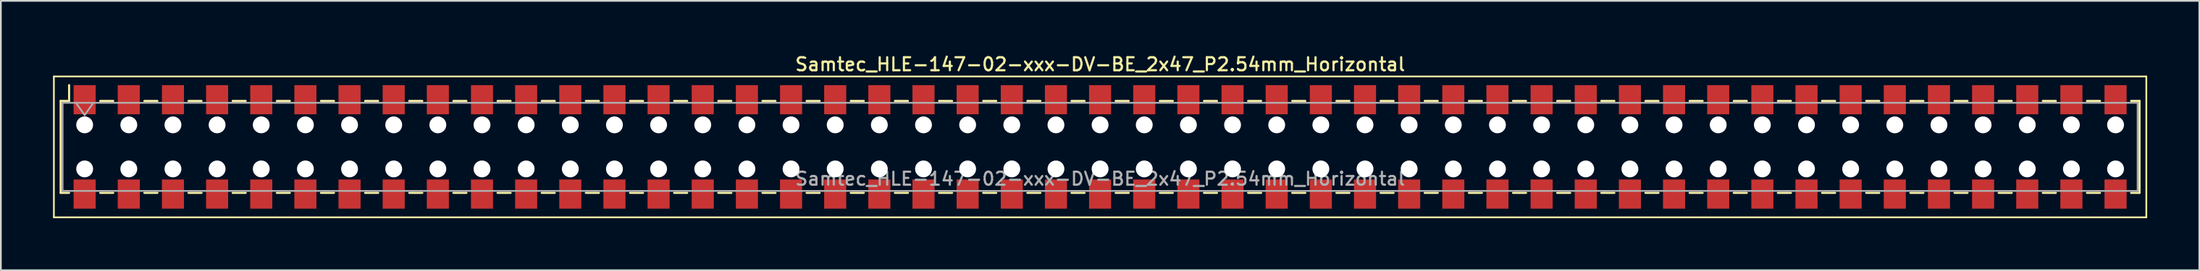
<source format=kicad_pcb>
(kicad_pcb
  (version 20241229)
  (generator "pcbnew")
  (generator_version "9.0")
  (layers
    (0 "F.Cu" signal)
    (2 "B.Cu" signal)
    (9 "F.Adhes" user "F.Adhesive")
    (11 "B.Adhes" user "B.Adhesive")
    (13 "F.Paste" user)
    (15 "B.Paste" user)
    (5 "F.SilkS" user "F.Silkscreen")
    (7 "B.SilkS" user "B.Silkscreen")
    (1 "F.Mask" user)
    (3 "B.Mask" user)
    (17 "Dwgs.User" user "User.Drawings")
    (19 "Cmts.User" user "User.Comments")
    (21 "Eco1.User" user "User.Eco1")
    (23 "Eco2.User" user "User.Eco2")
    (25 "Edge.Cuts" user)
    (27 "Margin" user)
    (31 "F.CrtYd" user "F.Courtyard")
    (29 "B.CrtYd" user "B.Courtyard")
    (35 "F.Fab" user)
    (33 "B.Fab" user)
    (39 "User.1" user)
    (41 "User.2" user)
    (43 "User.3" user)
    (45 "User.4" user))
  (footprint "Samtec_HLE-147-02-xxx-DV-BE_2x47_P2.54mm_Horizontal"
    (layer "F.Cu")
    (at 60.24 5.418)
    (property "Reference" "Samtec_HLE-147-02-xxx-DV-BE_2x47_P2.54mm_Horizontal" (at 0 -4.76 0) (layer "F.SilkS") (effects (font (size 0.75 0.75) (thickness 0.125))))
    (attr smd)
    (fp_line (start -60.19 -4.06) (end 60.19 -4.06) (stroke (width 0.1) (type solid)) (layer "F.SilkS"))
    (fp_line (start -60.19 4.06) (end -60.19 -4.06) (stroke (width 0.1) (type solid)) (layer "F.SilkS"))
    (fp_line (start -59.8 -2.65) (end -59.8 2.65) (stroke (width 0.12) (type solid)) (layer "F.SilkS"))
    (fp_line (start -59.8 2.65) (end -59.315 2.65) (stroke (width 0.12) (type solid)) (layer "F.SilkS"))
    (fp_line (start -59.315 -3.56) (end -59.315 -2.65) (stroke (width 0.12) (type solid)) (layer "F.SilkS"))
    (fp_line (start -59.315 -2.65) (end -59.8 -2.65) (stroke (width 0.12) (type solid)) (layer "F.SilkS"))
    (fp_line (start -57.525 -2.65) (end -56.775 -2.65) (stroke (width 0.12) (type solid)) (layer "F.SilkS"))
    (fp_line (start -57.525 2.65) (end -56.775 2.65) (stroke (width 0.12) (type solid)) (layer "F.SilkS"))
    (fp_line (start -54.985 -2.65) (end -54.235 -2.65) (stroke (width 0.12) (type solid)) (layer "F.SilkS"))
    (fp_line (start -54.985 2.65) (end -54.235 2.65) (stroke (width 0.12) (type solid)) (layer "F.SilkS"))
    (fp_line (start -52.445 -2.65) (end -51.695 -2.65) (stroke (width 0.12) (type solid)) (layer "F.SilkS"))
    (fp_line (start -52.445 2.65) (end -51.695 2.65) (stroke (width 0.12) (type solid)) (layer "F.SilkS"))
    (fp_line (start -49.905 -2.65) (end -49.155 -2.65) (stroke (width 0.12) (type solid)) (layer "F.SilkS"))
    (fp_line (start -49.905 2.65) (end -49.155 2.65) (stroke (width 0.12) (type solid)) (layer "F.SilkS"))
    (fp_line (start -47.365 -2.65) (end -46.615 -2.65) (stroke (width 0.12) (type solid)) (layer "F.SilkS"))
    (fp_line (start -47.365 2.65) (end -46.615 2.65) (stroke (width 0.12) (type solid)) (layer "F.SilkS"))
    (fp_line (start -44.825 -2.65) (end -44.075 -2.65) (stroke (width 0.12) (type solid)) (layer "F.SilkS"))
    (fp_line (start -44.825 2.65) (end -44.075 2.65) (stroke (width 0.12) (type solid)) (layer "F.SilkS"))
    (fp_line (start -42.285 -2.65) (end -41.535 -2.65) (stroke (width 0.12) (type solid)) (layer "F.SilkS"))
    (fp_line (start -42.285 2.65) (end -41.535 2.65) (stroke (width 0.12) (type solid)) (layer "F.SilkS"))
    (fp_line (start -39.745 -2.65) (end -38.995 -2.65) (stroke (width 0.12) (type solid)) (layer "F.SilkS"))
    (fp_line (start -39.745 2.65) (end -38.995 2.65) (stroke (width 0.12) (type solid)) (layer "F.SilkS"))
    (fp_line (start -37.205 -2.65) (end -36.455 -2.65) (stroke (width 0.12) (type solid)) (layer "F.SilkS"))
    (fp_line (start -37.205 2.65) (end -36.455 2.65) (stroke (width 0.12) (type solid)) (layer "F.SilkS"))
    (fp_line (start -34.665 -2.65) (end -33.915 -2.65) (stroke (width 0.12) (type solid)) (layer "F.SilkS"))
    (fp_line (start -34.665 2.65) (end -33.915 2.65) (stroke (width 0.12) (type solid)) (layer "F.SilkS"))
    (fp_line (start -32.125 -2.65) (end -31.375 -2.65) (stroke (width 0.12) (type solid)) (layer "F.SilkS"))
    (fp_line (start -32.125 2.65) (end -31.375 2.65) (stroke (width 0.12) (type solid)) (layer "F.SilkS"))
    (fp_line (start -29.585 -2.65) (end -28.835 -2.65) (stroke (width 0.12) (type solid)) (layer "F.SilkS"))
    (fp_line (start -29.585 2.65) (end -28.835 2.65) (stroke (width 0.12) (type solid)) (layer "F.SilkS"))
    (fp_line (start -27.045 -2.65) (end -26.295 -2.65) (stroke (width 0.12) (type solid)) (layer "F.SilkS"))
    (fp_line (start -27.045 2.65) (end -26.295 2.65) (stroke (width 0.12) (type solid)) (layer "F.SilkS"))
    (fp_line (start -24.505 -2.65) (end -23.755 -2.65) (stroke (width 0.12) (type solid)) (layer "F.SilkS"))
    (fp_line (start -24.505 2.65) (end -23.755 2.65) (stroke (width 0.12) (type solid)) (layer "F.SilkS"))
    (fp_line (start -21.965 -2.65) (end -21.215 -2.65) (stroke (width 0.12) (type solid)) (layer "F.SilkS"))
    (fp_line (start -21.965 2.65) (end -21.215 2.65) (stroke (width 0.12) (type solid)) (layer "F.SilkS"))
    (fp_line (start -19.425 -2.65) (end -18.675 -2.65) (stroke (width 0.12) (type solid)) (layer "F.SilkS"))
    (fp_line (start -19.425 2.65) (end -18.675 2.65) (stroke (width 0.12) (type solid)) (layer "F.SilkS"))
    (fp_line (start -16.885 -2.65) (end -16.135 -2.65) (stroke (width 0.12) (type solid)) (layer "F.SilkS"))
    (fp_line (start -16.885 2.65) (end -16.135 2.65) (stroke (width 0.12) (type solid)) (layer "F.SilkS"))
    (fp_line (start -14.345 -2.65) (end -13.595 -2.65) (stroke (width 0.12) (type solid)) (layer "F.SilkS"))
    (fp_line (start -14.345 2.65) (end -13.595 2.65) (stroke (width 0.12) (type solid)) (layer "F.SilkS"))
    (fp_line (start -11.805 -2.65) (end -11.055 -2.65) (stroke (width 0.12) (type solid)) (layer "F.SilkS"))
    (fp_line (start -11.805 2.65) (end -11.055 2.65) (stroke (width 0.12) (type solid)) (layer "F.SilkS"))
    (fp_line (start -9.265 -2.65) (end -8.515 -2.65) (stroke (width 0.12) (type solid)) (layer "F.SilkS"))
    (fp_line (start -9.265 2.65) (end -8.515 2.65) (stroke (width 0.12) (type solid)) (layer "F.SilkS"))
    (fp_line (start -6.725 -2.65) (end -5.975 -2.65) (stroke (width 0.12) (type solid)) (layer "F.SilkS"))
    (fp_line (start -6.725 2.65) (end -5.975 2.65) (stroke (width 0.12) (type solid)) (layer "F.SilkS"))
    (fp_line (start -4.185 -2.65) (end -3.435 -2.65) (stroke (width 0.12) (type solid)) (layer "F.SilkS"))
    (fp_line (start -4.185 2.65) (end -3.435 2.65) (stroke (width 0.12) (type solid)) (layer "F.SilkS"))
    (fp_line (start -1.645 -2.65) (end -0.895 -2.65) (stroke (width 0.12) (type solid)) (layer "F.SilkS"))
    (fp_line (start -1.645 2.65) (end -0.895 2.65) (stroke (width 0.12) (type solid)) (layer "F.SilkS"))
    (fp_line (start 0.895 -2.65) (end 1.645 -2.65) (stroke (width 0.12) (type solid)) (layer "F.SilkS"))
    (fp_line (start 0.895 2.65) (end 1.645 2.65) (stroke (width 0.12) (type solid)) (layer "F.SilkS"))
    (fp_line (start 3.435 -2.65) (end 4.185 -2.65) (stroke (width 0.12) (type solid)) (layer "F.SilkS"))
    (fp_line (start 3.435 2.65) (end 4.185 2.65) (stroke (width 0.12) (type solid)) (layer "F.SilkS"))
    (fp_line (start 5.975 -2.65) (end 6.725 -2.65) (stroke (width 0.12) (type solid)) (layer "F.SilkS"))
    (fp_line (start 5.975 2.65) (end 6.725 2.65) (stroke (width 0.12) (type solid)) (layer "F.SilkS"))
    (fp_line (start 8.515 -2.65) (end 9.265 -2.65) (stroke (width 0.12) (type solid)) (layer "F.SilkS"))
    (fp_line (start 8.515 2.65) (end 9.265 2.65) (stroke (width 0.12) (type solid)) (layer "F.SilkS"))
    (fp_line (start 11.055 -2.65) (end 11.805 -2.65) (stroke (width 0.12) (type solid)) (layer "F.SilkS"))
    (fp_line (start 11.055 2.65) (end 11.805 2.65) (stroke (width 0.12) (type solid)) (layer "F.SilkS"))
    (fp_line (start 13.595 -2.65) (end 14.345 -2.65) (stroke (width 0.12) (type solid)) (layer "F.SilkS"))
    (fp_line (start 13.595 2.65) (end 14.345 2.65) (stroke (width 0.12) (type solid)) (layer "F.SilkS"))
    (fp_line (start 16.135 -2.65) (end 16.885 -2.65) (stroke (width 0.12) (type solid)) (layer "F.SilkS"))
    (fp_line (start 16.135 2.65) (end 16.885 2.65) (stroke (width 0.12) (type solid)) (layer "F.SilkS"))
    (fp_line (start 18.675 -2.65) (end 19.425 -2.65) (stroke (width 0.12) (type solid)) (layer "F.SilkS"))
    (fp_line (start 18.675 2.65) (end 19.425 2.65) (stroke (width 0.12) (type solid)) (layer "F.SilkS"))
    (fp_line (start 21.215 -2.65) (end 21.965 -2.65) (stroke (width 0.12) (type solid)) (layer "F.SilkS"))
    (fp_line (start 21.215 2.65) (end 21.965 2.65) (stroke (width 0.12) (type solid)) (layer "F.SilkS"))
    (fp_line (start 23.755 -2.65) (end 24.505 -2.65) (stroke (width 0.12) (type solid)) (layer "F.SilkS"))
    (fp_line (start 23.755 2.65) (end 24.505 2.65) (stroke (width 0.12) (type solid)) (layer "F.SilkS"))
    (fp_line (start 26.295 -2.65) (end 27.045 -2.65) (stroke (width 0.12) (type solid)) (layer "F.SilkS"))
    (fp_line (start 26.295 2.65) (end 27.045 2.65) (stroke (width 0.12) (type solid)) (layer "F.SilkS"))
    (fp_line (start 28.835 -2.65) (end 29.585 -2.65) (stroke (width 0.12) (type solid)) (layer "F.SilkS"))
    (fp_line (start 28.835 2.65) (end 29.585 2.65) (stroke (width 0.12) (type solid)) (layer "F.SilkS"))
    (fp_line (start 31.375 -2.65) (end 32.125 -2.65) (stroke (width 0.12) (type solid)) (layer "F.SilkS"))
    (fp_line (start 31.375 2.65) (end 32.125 2.65) (stroke (width 0.12) (type solid)) (layer "F.SilkS"))
    (fp_line (start 33.915 -2.65) (end 34.665 -2.65) (stroke (width 0.12) (type solid)) (layer "F.SilkS"))
    (fp_line (start 33.915 2.65) (end 34.665 2.65) (stroke (width 0.12) (type solid)) (layer "F.SilkS"))
    (fp_line (start 36.455 -2.65) (end 37.205 -2.65) (stroke (width 0.12) (type solid)) (layer "F.SilkS"))
    (fp_line (start 36.455 2.65) (end 37.205 2.65) (stroke (width 0.12) (type solid)) (layer "F.SilkS"))
    (fp_line (start 38.995 -2.65) (end 39.745 -2.65) (stroke (width 0.12) (type solid)) (layer "F.SilkS"))
    (fp_line (start 38.995 2.65) (end 39.745 2.65) (stroke (width 0.12) (type solid)) (layer "F.SilkS"))
    (fp_line (start 41.535 -2.65) (end 42.285 -2.65) (stroke (width 0.12) (type solid)) (layer "F.SilkS"))
    (fp_line (start 41.535 2.65) (end 42.285 2.65) (stroke (width 0.12) (type solid)) (layer "F.SilkS"))
    (fp_line (start 44.075 -2.65) (end 44.825 -2.65) (stroke (width 0.12) (type solid)) (layer "F.SilkS"))
    (fp_line (start 44.075 2.65) (end 44.825 2.65) (stroke (width 0.12) (type solid)) (layer "F.SilkS"))
    (fp_line (start 46.615 -2.65) (end 47.365 -2.65) (stroke (width 0.12) (type solid)) (layer "F.SilkS"))
    (fp_line (start 46.615 2.65) (end 47.365 2.65) (stroke (width 0.12) (type solid)) (layer "F.SilkS"))
    (fp_line (start 49.155 -2.65) (end 49.905 -2.65) (stroke (width 0.12) (type solid)) (layer "F.SilkS"))
    (fp_line (start 49.155 2.65) (end 49.905 2.65) (stroke (width 0.12) (type solid)) (layer "F.SilkS"))
    (fp_line (start 51.695 -2.65) (end 52.445 -2.65) (stroke (width 0.12) (type solid)) (layer "F.SilkS"))
    (fp_line (start 51.695 2.65) (end 52.445 2.65) (stroke (width 0.12) (type solid)) (layer "F.SilkS"))
    (fp_line (start 54.235 -2.65) (end 54.985 -2.65) (stroke (width 0.12) (type solid)) (layer "F.SilkS"))
    (fp_line (start 54.235 2.65) (end 54.985 2.65) (stroke (width 0.12) (type solid)) (layer "F.SilkS"))
    (fp_line (start 56.775 -2.65) (end 57.525 -2.65) (stroke (width 0.12) (type solid)) (layer "F.SilkS"))
    (fp_line (start 56.775 2.65) (end 57.525 2.65) (stroke (width 0.12) (type solid)) (layer "F.SilkS"))
    (fp_line (start 59.315 -2.65) (end 59.8 -2.65) (stroke (width 0.12) (type solid)) (layer "F.SilkS"))
    (fp_line (start 59.8 -2.65) (end 59.8 2.65) (stroke (width 0.12) (type solid)) (layer "F.SilkS"))
    (fp_line (start 59.8 2.65) (end 59.315 2.65) (stroke (width 0.12) (type solid)) (layer "F.SilkS"))
    (fp_line (start 60.19 -4.06) (end 60.19 4.06) (stroke (width 0.1) (type solid)) (layer "F.SilkS"))
    (fp_line (start 60.19 4.06) (end -60.19 4.06) (stroke (width 0.1) (type solid)) (layer "F.SilkS"))
    (fp_line (start -59.69 -2.54) (end 59.69 -2.54) (stroke (width 0.1) (type solid)) (layer "F.Fab"))
    (fp_line (start -59.69 2.54) (end -59.69 -2.54) (stroke (width 0.1) (type solid)) (layer "F.Fab"))
    (fp_line (start -58.92 -2.54) (end -58.42 -1.833) (stroke (width 0.1) (type solid)) (layer "F.Fab"))
    (fp_line (start -58.42 -1.833) (end -57.92 -2.54) (stroke (width 0.1) (type solid)) (layer "F.Fab"))
    (fp_line (start 59.69 -2.54) (end 59.69 2.54) (stroke (width 0.1) (type solid)) (layer "F.Fab"))
    (fp_line (start 59.69 2.54) (end -59.69 2.54) (stroke (width 0.1) (type solid)) (layer "F.Fab"))
    (fp_text user "${REFERENCE}" (at 0 1.84 0) (layer "F.Fab") (effects (font (size 0.75 0.75) (thickness 0.125))))
    (pad "" np_thru_hole circle (at -58.42 -1.27) (size 0.97 0.97) (drill 0.97) (layers "*.Cu" "*.Mask"))
    (pad "" np_thru_hole circle (at -58.42 1.27) (size 0.97 0.97) (drill 0.97) (layers "*.Cu" "*.Mask"))
    (pad "" np_thru_hole circle (at -55.88 -1.27) (size 0.97 0.97) (drill 0.97) (layers "*.Cu" "*.Mask"))
    (pad "" np_thru_hole circle (at -55.88 1.27) (size 0.97 0.97) (drill 0.97) (layers "*.Cu" "*.Mask"))
    (pad "" np_thru_hole circle (at -53.34 -1.27) (size 0.97 0.97) (drill 0.97) (layers "*.Cu" "*.Mask"))
    (pad "" np_thru_hole circle (at -53.34 1.27) (size 0.97 0.97) (drill 0.97) (layers "*.Cu" "*.Mask"))
    (pad "" np_thru_hole circle (at -50.8 -1.27) (size 0.97 0.97) (drill 0.97) (layers "*.Cu" "*.Mask"))
    (pad "" np_thru_hole circle (at -50.8 1.27) (size 0.97 0.97) (drill 0.97) (layers "*.Cu" "*.Mask"))
    (pad "" np_thru_hole circle (at -48.26 -1.27) (size 0.97 0.97) (drill 0.97) (layers "*.Cu" "*.Mask"))
    (pad "" np_thru_hole circle (at -48.26 1.27) (size 0.97 0.97) (drill 0.97) (layers "*.Cu" "*.Mask"))
    (pad "" np_thru_hole circle (at -45.72 -1.27) (size 0.97 0.97) (drill 0.97) (layers "*.Cu" "*.Mask"))
    (pad "" np_thru_hole circle (at -45.72 1.27) (size 0.97 0.97) (drill 0.97) (layers "*.Cu" "*.Mask"))
    (pad "" np_thru_hole circle (at -43.18 -1.27) (size 0.97 0.97) (drill 0.97) (layers "*.Cu" "*.Mask"))
    (pad "" np_thru_hole circle (at -43.18 1.27) (size 0.97 0.97) (drill 0.97) (layers "*.Cu" "*.Mask"))
    (pad "" np_thru_hole circle (at -40.64 -1.27) (size 0.97 0.97) (drill 0.97) (layers "*.Cu" "*.Mask"))
    (pad "" np_thru_hole circle (at -40.64 1.27) (size 0.97 0.97) (drill 0.97) (layers "*.Cu" "*.Mask"))
    (pad "" np_thru_hole circle (at -38.1 -1.27) (size 0.97 0.97) (drill 0.97) (layers "*.Cu" "*.Mask"))
    (pad "" np_thru_hole circle (at -38.1 1.27) (size 0.97 0.97) (drill 0.97) (layers "*.Cu" "*.Mask"))
    (pad "" np_thru_hole circle (at -35.56 -1.27) (size 0.97 0.97) (drill 0.97) (layers "*.Cu" "*.Mask"))
    (pad "" np_thru_hole circle (at -35.56 1.27) (size 0.97 0.97) (drill 0.97) (layers "*.Cu" "*.Mask"))
    (pad "" np_thru_hole circle (at -33.02 -1.27) (size 0.97 0.97) (drill 0.97) (layers "*.Cu" "*.Mask"))
    (pad "" np_thru_hole circle (at -33.02 1.27) (size 0.97 0.97) (drill 0.97) (layers "*.Cu" "*.Mask"))
    (pad "" np_thru_hole circle (at -30.48 -1.27) (size 0.97 0.97) (drill 0.97) (layers "*.Cu" "*.Mask"))
    (pad "" np_thru_hole circle (at -30.48 1.27) (size 0.97 0.97) (drill 0.97) (layers "*.Cu" "*.Mask"))
    (pad "" np_thru_hole circle (at -27.94 -1.27) (size 0.97 0.97) (drill 0.97) (layers "*.Cu" "*.Mask"))
    (pad "" np_thru_hole circle (at -27.94 1.27) (size 0.97 0.97) (drill 0.97) (layers "*.Cu" "*.Mask"))
    (pad "" np_thru_hole circle (at -25.4 -1.27) (size 0.97 0.97) (drill 0.97) (layers "*.Cu" "*.Mask"))
    (pad "" np_thru_hole circle (at -25.4 1.27) (size 0.97 0.97) (drill 0.97) (layers "*.Cu" "*.Mask"))
    (pad "" np_thru_hole circle (at -22.86 -1.27) (size 0.97 0.97) (drill 0.97) (layers "*.Cu" "*.Mask"))
    (pad "" np_thru_hole circle (at -22.86 1.27) (size 0.97 0.97) (drill 0.97) (layers "*.Cu" "*.Mask"))
    (pad "" np_thru_hole circle (at -20.32 -1.27) (size 0.97 0.97) (drill 0.97) (layers "*.Cu" "*.Mask"))
    (pad "" np_thru_hole circle (at -20.32 1.27) (size 0.97 0.97) (drill 0.97) (layers "*.Cu" "*.Mask"))
    (pad "" np_thru_hole circle (at -17.78 -1.27) (size 0.97 0.97) (drill 0.97) (layers "*.Cu" "*.Mask"))
    (pad "" np_thru_hole circle (at -17.78 1.27) (size 0.97 0.97) (drill 0.97) (layers "*.Cu" "*.Mask"))
    (pad "" np_thru_hole circle (at -15.24 -1.27) (size 0.97 0.97) (drill 0.97) (layers "*.Cu" "*.Mask"))
    (pad "" np_thru_hole circle (at -15.24 1.27) (size 0.97 0.97) (drill 0.97) (layers "*.Cu" "*.Mask"))
    (pad "" np_thru_hole circle (at -12.7 -1.27) (size 0.97 0.97) (drill 0.97) (layers "*.Cu" "*.Mask"))
    (pad "" np_thru_hole circle (at -12.7 1.27) (size 0.97 0.97) (drill 0.97) (layers "*.Cu" "*.Mask"))
    (pad "" np_thru_hole circle (at -10.16 -1.27) (size 0.97 0.97) (drill 0.97) (layers "*.Cu" "*.Mask"))
    (pad "" np_thru_hole circle (at -10.16 1.27) (size 0.97 0.97) (drill 0.97) (layers "*.Cu" "*.Mask"))
    (pad "" np_thru_hole circle (at -7.62 -1.27) (size 0.97 0.97) (drill 0.97) (layers "*.Cu" "*.Mask"))
    (pad "" np_thru_hole circle (at -7.62 1.27) (size 0.97 0.97) (drill 0.97) (layers "*.Cu" "*.Mask"))
    (pad "" np_thru_hole circle (at -5.08 -1.27) (size 0.97 0.97) (drill 0.97) (layers "*.Cu" "*.Mask"))
    (pad "" np_thru_hole circle (at -5.08 1.27) (size 0.97 0.97) (drill 0.97) (layers "*.Cu" "*.Mask"))
    (pad "" np_thru_hole circle (at -2.54 -1.27) (size 0.97 0.97) (drill 0.97) (layers "*.Cu" "*.Mask"))
    (pad "" np_thru_hole circle (at -2.54 1.27) (size 0.97 0.97) (drill 0.97) (layers "*.Cu" "*.Mask"))
    (pad "" np_thru_hole circle (at 0 -1.27) (size 0.97 0.97) (drill 0.97) (layers "*.Cu" "*.Mask"))
    (pad "" np_thru_hole circle (at 0 1.27) (size 0.97 0.97) (drill 0.97) (layers "*.Cu" "*.Mask"))
    (pad "" np_thru_hole circle (at 2.54 -1.27) (size 0.97 0.97) (drill 0.97) (layers "*.Cu" "*.Mask"))
    (pad "" np_thru_hole circle (at 2.54 1.27) (size 0.97 0.97) (drill 0.97) (layers "*.Cu" "*.Mask"))
    (pad "" np_thru_hole circle (at 5.08 -1.27) (size 0.97 0.97) (drill 0.97) (layers "*.Cu" "*.Mask"))
    (pad "" np_thru_hole circle (at 5.08 1.27) (size 0.97 0.97) (drill 0.97) (layers "*.Cu" "*.Mask"))
    (pad "" np_thru_hole circle (at 7.62 -1.27) (size 0.97 0.97) (drill 0.97) (layers "*.Cu" "*.Mask"))
    (pad "" np_thru_hole circle (at 7.62 1.27) (size 0.97 0.97) (drill 0.97) (layers "*.Cu" "*.Mask"))
    (pad "" np_thru_hole circle (at 10.16 -1.27) (size 0.97 0.97) (drill 0.97) (layers "*.Cu" "*.Mask"))
    (pad "" np_thru_hole circle (at 10.16 1.27) (size 0.97 0.97) (drill 0.97) (layers "*.Cu" "*.Mask"))
    (pad "" np_thru_hole circle (at 12.7 -1.27) (size 0.97 0.97) (drill 0.97) (layers "*.Cu" "*.Mask"))
    (pad "" np_thru_hole circle (at 12.7 1.27) (size 0.97 0.97) (drill 0.97) (layers "*.Cu" "*.Mask"))
    (pad "" np_thru_hole circle (at 15.24 -1.27) (size 0.97 0.97) (drill 0.97) (layers "*.Cu" "*.Mask"))
    (pad "" np_thru_hole circle (at 15.24 1.27) (size 0.97 0.97) (drill 0.97) (layers "*.Cu" "*.Mask"))
    (pad "" np_thru_hole circle (at 17.78 -1.27) (size 0.97 0.97) (drill 0.97) (layers "*.Cu" "*.Mask"))
    (pad "" np_thru_hole circle (at 17.78 1.27) (size 0.97 0.97) (drill 0.97) (layers "*.Cu" "*.Mask"))
    (pad "" np_thru_hole circle (at 20.32 -1.27) (size 0.97 0.97) (drill 0.97) (layers "*.Cu" "*.Mask"))
    (pad "" np_thru_hole circle (at 20.32 1.27) (size 0.97 0.97) (drill 0.97) (layers "*.Cu" "*.Mask"))
    (pad "" np_thru_hole circle (at 22.86 -1.27) (size 0.97 0.97) (drill 0.97) (layers "*.Cu" "*.Mask"))
    (pad "" np_thru_hole circle (at 22.86 1.27) (size 0.97 0.97) (drill 0.97) (layers "*.Cu" "*.Mask"))
    (pad "" np_thru_hole circle (at 25.4 -1.27) (size 0.97 0.97) (drill 0.97) (layers "*.Cu" "*.Mask"))
    (pad "" np_thru_hole circle (at 25.4 1.27) (size 0.97 0.97) (drill 0.97) (layers "*.Cu" "*.Mask"))
    (pad "" np_thru_hole circle (at 27.94 -1.27) (size 0.97 0.97) (drill 0.97) (layers "*.Cu" "*.Mask"))
    (pad "" np_thru_hole circle (at 27.94 1.27) (size 0.97 0.97) (drill 0.97) (layers "*.Cu" "*.Mask"))
    (pad "" np_thru_hole circle (at 30.48 -1.27) (size 0.97 0.97) (drill 0.97) (layers "*.Cu" "*.Mask"))
    (pad "" np_thru_hole circle (at 30.48 1.27) (size 0.97 0.97) (drill 0.97) (layers "*.Cu" "*.Mask"))
    (pad "" np_thru_hole circle (at 33.02 -1.27) (size 0.97 0.97) (drill 0.97) (layers "*.Cu" "*.Mask"))
    (pad "" np_thru_hole circle (at 33.02 1.27) (size 0.97 0.97) (drill 0.97) (layers "*.Cu" "*.Mask"))
    (pad "" np_thru_hole circle (at 35.56 -1.27) (size 0.97 0.97) (drill 0.97) (layers "*.Cu" "*.Mask"))
    (pad "" np_thru_hole circle (at 35.56 1.27) (size 0.97 0.97) (drill 0.97) (layers "*.Cu" "*.Mask"))
    (pad "" np_thru_hole circle (at 38.1 -1.27) (size 0.97 0.97) (drill 0.97) (layers "*.Cu" "*.Mask"))
    (pad "" np_thru_hole circle (at 38.1 1.27) (size 0.97 0.97) (drill 0.97) (layers "*.Cu" "*.Mask"))
    (pad "" np_thru_hole circle (at 40.64 -1.27) (size 0.97 0.97) (drill 0.97) (layers "*.Cu" "*.Mask"))
    (pad "" np_thru_hole circle (at 40.64 1.27) (size 0.97 0.97) (drill 0.97) (layers "*.Cu" "*.Mask"))
    (pad "" np_thru_hole circle (at 43.18 -1.27) (size 0.97 0.97) (drill 0.97) (layers "*.Cu" "*.Mask"))
    (pad "" np_thru_hole circle (at 43.18 1.27) (size 0.97 0.97) (drill 0.97) (layers "*.Cu" "*.Mask"))
    (pad "" np_thru_hole circle (at 45.72 -1.27) (size 0.97 0.97) (drill 0.97) (layers "*.Cu" "*.Mask"))
    (pad "" np_thru_hole circle (at 45.72 1.27) (size 0.97 0.97) (drill 0.97) (layers "*.Cu" "*.Mask"))
    (pad "" np_thru_hole circle (at 48.26 -1.27) (size 0.97 0.97) (drill 0.97) (layers "*.Cu" "*.Mask"))
    (pad "" np_thru_hole circle (at 48.26 1.27) (size 0.97 0.97) (drill 0.97) (layers "*.Cu" "*.Mask"))
    (pad "" np_thru_hole circle (at 50.8 -1.27) (size 0.97 0.97) (drill 0.97) (layers "*.Cu" "*.Mask"))
    (pad "" np_thru_hole circle (at 50.8 1.27) (size 0.97 0.97) (drill 0.97) (layers "*.Cu" "*.Mask"))
    (pad "" np_thru_hole circle (at 53.34 -1.27) (size 0.97 0.97) (drill 0.97) (layers "*.Cu" "*.Mask"))
    (pad "" np_thru_hole circle (at 53.34 1.27) (size 0.97 0.97) (drill 0.97) (layers "*.Cu" "*.Mask"))
    (pad "" np_thru_hole circle (at 55.88 -1.27) (size 0.97 0.97) (drill 0.97) (layers "*.Cu" "*.Mask"))
    (pad "" np_thru_hole circle (at 55.88 1.27) (size 0.97 0.97) (drill 0.97) (layers "*.Cu" "*.Mask"))
    (pad "" np_thru_hole circle (at 58.42 -1.27) (size 0.97 0.97) (drill 0.97) (layers "*.Cu" "*.Mask"))
    (pad "" np_thru_hole circle (at 58.42 1.27) (size 0.97 0.97) (drill 0.97) (layers "*.Cu" "*.Mask"))
    (pad "1" smd rect (at -58.42 -2.72) (size 1.27 1.68) (layers "F.Cu" "F.Mask" "F.Paste"))
    (pad "2" smd rect (at -58.42 2.72) (size 1.27 1.68) (layers "F.Cu" "F.Mask" "F.Paste"))
    (pad "3" smd rect (at -55.88 -2.72) (size 1.27 1.68) (layers "F.Cu" "F.Mask" "F.Paste"))
    (pad "4" smd rect (at -55.88 2.72) (size 1.27 1.68) (layers "F.Cu" "F.Mask" "F.Paste"))
    (pad "5" smd rect (at -53.34 -2.72) (size 1.27 1.68) (layers "F.Cu" "F.Mask" "F.Paste"))
    (pad "6" smd rect (at -53.34 2.72) (size 1.27 1.68) (layers "F.Cu" "F.Mask" "F.Paste"))
    (pad "7" smd rect (at -50.8 -2.72) (size 1.27 1.68) (layers "F.Cu" "F.Mask" "F.Paste"))
    (pad "8" smd rect (at -50.8 2.72) (size 1.27 1.68) (layers "F.Cu" "F.Mask" "F.Paste"))
    (pad "9" smd rect (at -48.26 -2.72) (size 1.27 1.68) (layers "F.Cu" "F.Mask" "F.Paste"))
    (pad "10" smd rect (at -48.26 2.72) (size 1.27 1.68) (layers "F.Cu" "F.Mask" "F.Paste"))
    (pad "11" smd rect (at -45.72 -2.72) (size 1.27 1.68) (layers "F.Cu" "F.Mask" "F.Paste"))
    (pad "12" smd rect (at -45.72 2.72) (size 1.27 1.68) (layers "F.Cu" "F.Mask" "F.Paste"))
    (pad "13" smd rect (at -43.18 -2.72) (size 1.27 1.68) (layers "F.Cu" "F.Mask" "F.Paste"))
    (pad "14" smd rect (at -43.18 2.72) (size 1.27 1.68) (layers "F.Cu" "F.Mask" "F.Paste"))
    (pad "15" smd rect (at -40.64 -2.72) (size 1.27 1.68) (layers "F.Cu" "F.Mask" "F.Paste"))
    (pad "16" smd rect (at -40.64 2.72) (size 1.27 1.68) (layers "F.Cu" "F.Mask" "F.Paste"))
    (pad "17" smd rect (at -38.1 -2.72) (size 1.27 1.68) (layers "F.Cu" "F.Mask" "F.Paste"))
    (pad "18" smd rect (at -38.1 2.72) (size 1.27 1.68) (layers "F.Cu" "F.Mask" "F.Paste"))
    (pad "19" smd rect (at -35.56 -2.72) (size 1.27 1.68) (layers "F.Cu" "F.Mask" "F.Paste"))
    (pad "20" smd rect (at -35.56 2.72) (size 1.27 1.68) (layers "F.Cu" "F.Mask" "F.Paste"))
    (pad "21" smd rect (at -33.02 -2.72) (size 1.27 1.68) (layers "F.Cu" "F.Mask" "F.Paste"))
    (pad "22" smd rect (at -33.02 2.72) (size 1.27 1.68) (layers "F.Cu" "F.Mask" "F.Paste"))
    (pad "23" smd rect (at -30.48 -2.72) (size 1.27 1.68) (layers "F.Cu" "F.Mask" "F.Paste"))
    (pad "24" smd rect (at -30.48 2.72) (size 1.27 1.68) (layers "F.Cu" "F.Mask" "F.Paste"))
    (pad "25" smd rect (at -27.94 -2.72) (size 1.27 1.68) (layers "F.Cu" "F.Mask" "F.Paste"))
    (pad "26" smd rect (at -27.94 2.72) (size 1.27 1.68) (layers "F.Cu" "F.Mask" "F.Paste"))
    (pad "27" smd rect (at -25.4 -2.72) (size 1.27 1.68) (layers "F.Cu" "F.Mask" "F.Paste"))
    (pad "28" smd rect (at -25.4 2.72) (size 1.27 1.68) (layers "F.Cu" "F.Mask" "F.Paste"))
    (pad "29" smd rect (at -22.86 -2.72) (size 1.27 1.68) (layers "F.Cu" "F.Mask" "F.Paste"))
    (pad "30" smd rect (at -22.86 2.72) (size 1.27 1.68) (layers "F.Cu" "F.Mask" "F.Paste"))
    (pad "31" smd rect (at -20.32 -2.72) (size 1.27 1.68) (layers "F.Cu" "F.Mask" "F.Paste"))
    (pad "32" smd rect (at -20.32 2.72) (size 1.27 1.68) (layers "F.Cu" "F.Mask" "F.Paste"))
    (pad "33" smd rect (at -17.78 -2.72) (size 1.27 1.68) (layers "F.Cu" "F.Mask" "F.Paste"))
    (pad "34" smd rect (at -17.78 2.72) (size 1.27 1.68) (layers "F.Cu" "F.Mask" "F.Paste"))
    (pad "35" smd rect (at -15.24 -2.72) (size 1.27 1.68) (layers "F.Cu" "F.Mask" "F.Paste"))
    (pad "36" smd rect (at -15.24 2.72) (size 1.27 1.68) (layers "F.Cu" "F.Mask" "F.Paste"))
    (pad "37" smd rect (at -12.7 -2.72) (size 1.27 1.68) (layers "F.Cu" "F.Mask" "F.Paste"))
    (pad "38" smd rect (at -12.7 2.72) (size 1.27 1.68) (layers "F.Cu" "F.Mask" "F.Paste"))
    (pad "39" smd rect (at -10.16 -2.72) (size 1.27 1.68) (layers "F.Cu" "F.Mask" "F.Paste"))
    (pad "40" smd rect (at -10.16 2.72) (size 1.27 1.68) (layers "F.Cu" "F.Mask" "F.Paste"))
    (pad "41" smd rect (at -7.62 -2.72) (size 1.27 1.68) (layers "F.Cu" "F.Mask" "F.Paste"))
    (pad "42" smd rect (at -7.62 2.72) (size 1.27 1.68) (layers "F.Cu" "F.Mask" "F.Paste"))
    (pad "43" smd rect (at -5.08 -2.72) (size 1.27 1.68) (layers "F.Cu" "F.Mask" "F.Paste"))
    (pad "44" smd rect (at -5.08 2.72) (size 1.27 1.68) (layers "F.Cu" "F.Mask" "F.Paste"))
    (pad "45" smd rect (at -2.54 -2.72) (size 1.27 1.68) (layers "F.Cu" "F.Mask" "F.Paste"))
    (pad "46" smd rect (at -2.54 2.72) (size 1.27 1.68) (layers "F.Cu" "F.Mask" "F.Paste"))
    (pad "47" smd rect (at 0 -2.72) (size 1.27 1.68) (layers "F.Cu" "F.Mask" "F.Paste"))
    (pad "48" smd rect (at 0 2.72) (size 1.27 1.68) (layers "F.Cu" "F.Mask" "F.Paste"))
    (pad "49" smd rect (at 2.54 -2.72) (size 1.27 1.68) (layers "F.Cu" "F.Mask" "F.Paste"))
    (pad "50" smd rect (at 2.54 2.72) (size 1.27 1.68) (layers "F.Cu" "F.Mask" "F.Paste"))
    (pad "51" smd rect (at 5.08 -2.72) (size 1.27 1.68) (layers "F.Cu" "F.Mask" "F.Paste"))
    (pad "52" smd rect (at 5.08 2.72) (size 1.27 1.68) (layers "F.Cu" "F.Mask" "F.Paste"))
    (pad "53" smd rect (at 7.62 -2.72) (size 1.27 1.68) (layers "F.Cu" "F.Mask" "F.Paste"))
    (pad "54" smd rect (at 7.62 2.72) (size 1.27 1.68) (layers "F.Cu" "F.Mask" "F.Paste"))
    (pad "55" smd rect (at 10.16 -2.72) (size 1.27 1.68) (layers "F.Cu" "F.Mask" "F.Paste"))
    (pad "56" smd rect (at 10.16 2.72) (size 1.27 1.68) (layers "F.Cu" "F.Mask" "F.Paste"))
    (pad "57" smd rect (at 12.7 -2.72) (size 1.27 1.68) (layers "F.Cu" "F.Mask" "F.Paste"))
    (pad "58" smd rect (at 12.7 2.72) (size 1.27 1.68) (layers "F.Cu" "F.Mask" "F.Paste"))
    (pad "59" smd rect (at 15.24 -2.72) (size 1.27 1.68) (layers "F.Cu" "F.Mask" "F.Paste"))
    (pad "60" smd rect (at 15.24 2.72) (size 1.27 1.68) (layers "F.Cu" "F.Mask" "F.Paste"))
    (pad "61" smd rect (at 17.78 -2.72) (size 1.27 1.68) (layers "F.Cu" "F.Mask" "F.Paste"))
    (pad "62" smd rect (at 17.78 2.72) (size 1.27 1.68) (layers "F.Cu" "F.Mask" "F.Paste"))
    (pad "63" smd rect (at 20.32 -2.72) (size 1.27 1.68) (layers "F.Cu" "F.Mask" "F.Paste"))
    (pad "64" smd rect (at 20.32 2.72) (size 1.27 1.68) (layers "F.Cu" "F.Mask" "F.Paste"))
    (pad "65" smd rect (at 22.86 -2.72) (size 1.27 1.68) (layers "F.Cu" "F.Mask" "F.Paste"))
    (pad "66" smd rect (at 22.86 2.72) (size 1.27 1.68) (layers "F.Cu" "F.Mask" "F.Paste"))
    (pad "67" smd rect (at 25.4 -2.72) (size 1.27 1.68) (layers "F.Cu" "F.Mask" "F.Paste"))
    (pad "68" smd rect (at 25.4 2.72) (size 1.27 1.68) (layers "F.Cu" "F.Mask" "F.Paste"))
    (pad "69" smd rect (at 27.94 -2.72) (size 1.27 1.68) (layers "F.Cu" "F.Mask" "F.Paste"))
    (pad "70" smd rect (at 27.94 2.72) (size 1.27 1.68) (layers "F.Cu" "F.Mask" "F.Paste"))
    (pad "71" smd rect (at 30.48 -2.72) (size 1.27 1.68) (layers "F.Cu" "F.Mask" "F.Paste"))
    (pad "72" smd rect (at 30.48 2.72) (size 1.27 1.68) (layers "F.Cu" "F.Mask" "F.Paste"))
    (pad "73" smd rect (at 33.02 -2.72) (size 1.27 1.68) (layers "F.Cu" "F.Mask" "F.Paste"))
    (pad "74" smd rect (at 33.02 2.72) (size 1.27 1.68) (layers "F.Cu" "F.Mask" "F.Paste"))
    (pad "75" smd rect (at 35.56 -2.72) (size 1.27 1.68) (layers "F.Cu" "F.Mask" "F.Paste"))
    (pad "76" smd rect (at 35.56 2.72) (size 1.27 1.68) (layers "F.Cu" "F.Mask" "F.Paste"))
    (pad "77" smd rect (at 38.1 -2.72) (size 1.27 1.68) (layers "F.Cu" "F.Mask" "F.Paste"))
    (pad "78" smd rect (at 38.1 2.72) (size 1.27 1.68) (layers "F.Cu" "F.Mask" "F.Paste"))
    (pad "79" smd rect (at 40.64 -2.72) (size 1.27 1.68) (layers "F.Cu" "F.Mask" "F.Paste"))
    (pad "80" smd rect (at 40.64 2.72) (size 1.27 1.68) (layers "F.Cu" "F.Mask" "F.Paste"))
    (pad "81" smd rect (at 43.18 -2.72) (size 1.27 1.68) (layers "F.Cu" "F.Mask" "F.Paste"))
    (pad "82" smd rect (at 43.18 2.72) (size 1.27 1.68) (layers "F.Cu" "F.Mask" "F.Paste"))
    (pad "83" smd rect (at 45.72 -2.72) (size 1.27 1.68) (layers "F.Cu" "F.Mask" "F.Paste"))
    (pad "84" smd rect (at 45.72 2.72) (size 1.27 1.68) (layers "F.Cu" "F.Mask" "F.Paste"))
    (pad "85" smd rect (at 48.26 -2.72) (size 1.27 1.68) (layers "F.Cu" "F.Mask" "F.Paste"))
    (pad "86" smd rect (at 48.26 2.72) (size 1.27 1.68) (layers "F.Cu" "F.Mask" "F.Paste"))
    (pad "87" smd rect (at 50.8 -2.72) (size 1.27 1.68) (layers "F.Cu" "F.Mask" "F.Paste"))
    (pad "88" smd rect (at 50.8 2.72) (size 1.27 1.68) (layers "F.Cu" "F.Mask" "F.Paste"))
    (pad "89" smd rect (at 53.34 -2.72) (size 1.27 1.68) (layers "F.Cu" "F.Mask" "F.Paste"))
    (pad "90" smd rect (at 53.34 2.72) (size 1.27 1.68) (layers "F.Cu" "F.Mask" "F.Paste"))
    (pad "91" smd rect (at 55.88 -2.72) (size 1.27 1.68) (layers "F.Cu" "F.Mask" "F.Paste"))
    (pad "92" smd rect (at 55.88 2.72) (size 1.27 1.68) (layers "F.Cu" "F.Mask" "F.Paste"))
    (pad "93" smd rect (at 58.42 -2.72) (size 1.27 1.68) (layers "F.Cu" "F.Mask" "F.Paste"))
    (pad "94" smd rect (at 58.42 2.72) (size 1.27 1.68) (layers "F.Cu" "F.Mask" "F.Paste")))
  (gr_rect
    (start -3 -3)
    (end 123.48 12.528)
    (stroke (width 0.1) (type default))
    (fill no)
    (layer "Edge.Cuts")))
</source>
